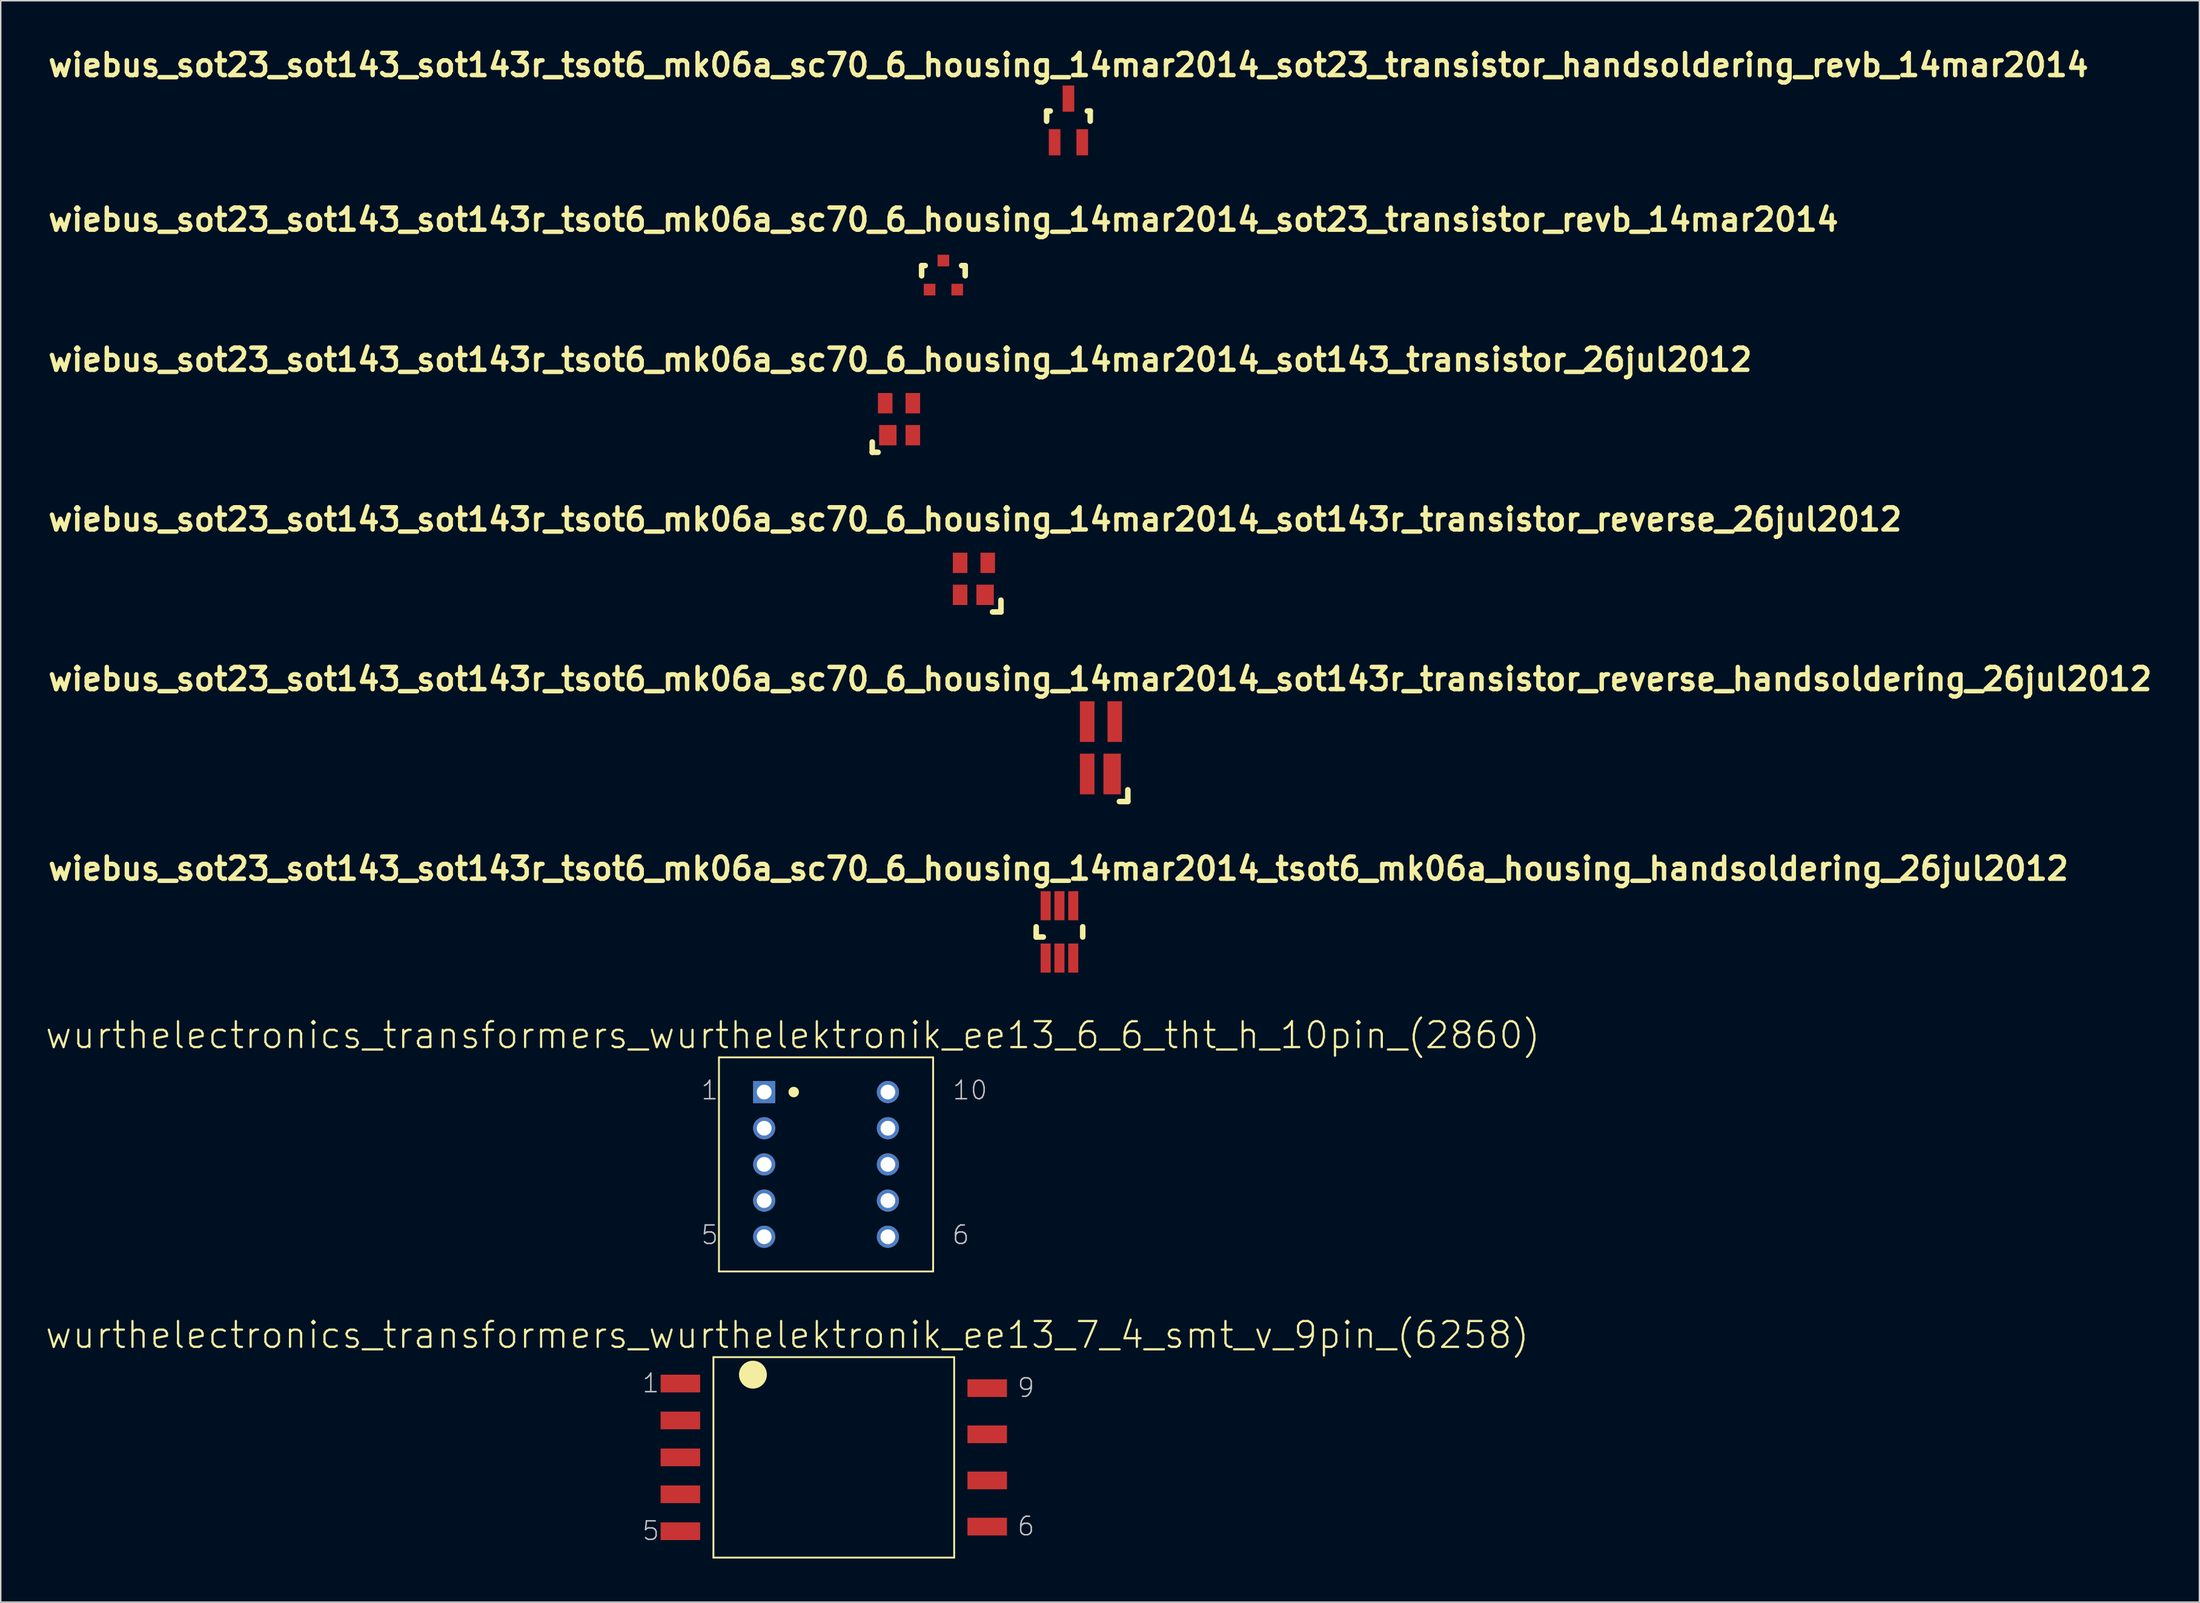
<source format=kicad_pcb>
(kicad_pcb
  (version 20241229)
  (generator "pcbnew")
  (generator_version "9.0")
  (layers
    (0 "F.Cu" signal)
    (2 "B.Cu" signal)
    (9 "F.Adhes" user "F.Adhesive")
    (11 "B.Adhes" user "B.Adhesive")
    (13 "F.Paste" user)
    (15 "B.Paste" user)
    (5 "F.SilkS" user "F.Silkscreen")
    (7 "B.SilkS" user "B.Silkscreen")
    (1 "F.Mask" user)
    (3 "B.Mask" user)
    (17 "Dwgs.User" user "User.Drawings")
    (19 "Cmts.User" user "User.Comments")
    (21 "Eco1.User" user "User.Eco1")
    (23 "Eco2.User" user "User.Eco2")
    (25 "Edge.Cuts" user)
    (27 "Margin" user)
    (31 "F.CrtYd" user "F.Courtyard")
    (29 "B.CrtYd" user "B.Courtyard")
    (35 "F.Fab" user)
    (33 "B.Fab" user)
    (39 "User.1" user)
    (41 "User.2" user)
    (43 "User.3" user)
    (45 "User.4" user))
  (footprint "wiebus_sot23_sot143_sot143r_tsot6_mk06a_sc70_6_housing_14mar2014_sot143r_transistor_reverse_26jul2012"
    (layer "F.Cu")
    (at 63.944 36.776)
    (property "Reference" "wiebus_sot23_sot143_sot143r_tsot6_mk06a_sc70_6_housing_14mar2014_sot143r_transistor_reverse_26jul2012" (at 0.079 -4.089 0) (layer "F.SilkS") (effects (font (size 1.524 1.524) (thickness 0.305))))
    (attr smd)
    (fp_line (start 1.859 1.468) (end 1.859 2.278) (stroke (width 0.381) (type solid)) (layer "F.SilkS"))
    (fp_line (start 1.859 2.278) (end 1.28 2.278) (stroke (width 0.381) (type solid)) (layer "F.SilkS"))
    (pad "1" smd rect (at 0.77 1.1) (size 1.199 1.4) (layers "F.Cu" "F.Mask" "F.Paste"))
    (pad "2" smd rect (at -0.95 1.1) (size 1.001 1.4) (layers "F.Cu" "F.Mask" "F.Paste"))
    (pad "3" smd rect (at -0.95 -1.1) (size 1.001 1.4) (layers "F.Cu" "F.Mask" "F.Paste"))
    (pad "4" smd rect (at 0.95 -1.1) (size 1.001 1.4) (layers "F.Cu" "F.Mask" "F.Paste")))
  (footprint "wurthelectronics_transformers_wurthelektronik_ee13_7_4_smt_v_9pin_(6258)"
    (layer "F.Cu")
    (at 54.305 97.222)
    (property "Reference" "wurthelectronics_transformers_wurthelektronik_ee13_7_4_smt_v_9pin_(6258)" (at -3.2 -8.42 0) (layer "F.SilkS") (effects (font (size 1.778 1.778) (thickness 0.152))))
    (attr smd)
    (fp_line (start -8.28 -6.896) (end -8.28 6.896) (stroke (width 0.127) (type solid)) (layer "F.SilkS"))
    (fp_line (start -8.28 -6.896) (end 8.28 -6.896) (stroke (width 0.127) (type solid)) (layer "F.SilkS"))
    (fp_line (start -8.28 6.896) (end 8.28 6.896) (stroke (width 0.127) (type solid)) (layer "F.SilkS"))
    (fp_line (start 8.28 -6.896) (end 8.28 6.896) (stroke (width 0.127) (type solid)) (layer "F.SilkS"))
    (fp_circle (center -5.563 -5.69) (end -6.241 -6.368) (stroke (width 0) (type solid)) (fill yes) (layer "F.SilkS"))
    (fp_text user "9" (at 13.221 -4.788 0) (layer "Dwgs.User") (effects (font (size 1.27 1.27) (thickness 0.102))))
    (fp_text user "5" (at -12.586 5.055 0) (layer "Dwgs.User") (effects (font (size 1.27 1.27) (thickness 0.102))))
    (fp_text user "6" (at 13.221 4.737 0) (layer "Dwgs.User") (effects (font (size 1.27 1.27) (thickness 0.102))))
    (fp_text user "1" (at -12.586 -5.105 0) (layer "Dwgs.User") (effects (font (size 1.27 1.27) (thickness 0.102))))
    (pad "1" smd rect (at -10.554 -5.08) (size 2.718 1.219) (layers "F.Cu" "F.Mask" "F.Paste"))
    (pad "2" smd rect (at -10.554 -2.54) (size 2.718 1.219) (layers "F.Cu" "F.Mask" "F.Paste"))
    (pad "3" smd rect (at -10.554 0) (size 2.718 1.219) (layers "F.Cu" "F.Mask" "F.Paste"))
    (pad "4" smd rect (at -10.554 2.54) (size 2.718 1.219) (layers "F.Cu" "F.Mask" "F.Paste"))
    (pad "5" smd rect (at -10.554 5.08) (size 2.718 1.219) (layers "F.Cu" "F.Mask" "F.Paste"))
    (pad "6" smd rect (at 10.554 4.763) (size 2.718 1.219) (layers "F.Cu" "F.Mask" "F.Paste"))
    (pad "7" smd rect (at 10.554 1.587) (size 2.718 1.219) (layers "F.Cu" "F.Mask" "F.Paste"))
    (pad "8" smd rect (at 10.554 -1.587) (size 2.718 1.219) (layers "F.Cu" "F.Mask" "F.Paste"))
    (pad "9" smd rect (at 10.554 -4.763) (size 2.718 1.219) (layers "F.Cu" "F.Mask" "F.Paste")))
  (footprint "wiebus_sot23_sot143_sot143r_tsot6_mk06a_sc70_6_housing_14mar2014_tsot6_mk06a_housing_handsoldering_26jul2012"
    (layer "F.Cu")
    (at 69.827 61.067)
    (property "Reference" "wiebus_sot23_sot143_sot143r_tsot6_mk06a_sc70_6_housing_14mar2014_tsot6_mk06a_housing_handsoldering_26jul2012" (at -0.071 -4.351 0) (layer "F.SilkS") (effects (font (size 1.524 1.524) (thickness 0.305))))
    (attr smd)
    (fp_line (start -1.6 -0.351) (end -1.6 0.351) (stroke (width 0.381) (type solid)) (layer "F.SilkS"))
    (fp_line (start -1.6 0.351) (end -1.11 0.351) (stroke (width 0.381) (type solid)) (layer "F.SilkS"))
    (fp_line (start 1.6 -0.351) (end 1.6 0.351) (stroke (width 0.381) (type solid)) (layer "F.SilkS"))
    (pad "1" smd rect (at -0.95 1.801) (size 0.691 1.999) (layers "F.Cu" "F.Mask" "F.Paste"))
    (pad "2" smd rect (at 0 1.801) (size 0.691 1.999) (layers "F.Cu" "F.Mask" "F.Paste"))
    (pad "3" smd rect (at 0.95 1.801) (size 0.691 1.999) (layers "F.Cu" "F.Mask" "F.Paste"))
    (pad "4" smd rect (at 0.95 -1.801) (size 0.691 1.999) (layers "F.Cu" "F.Mask" "F.Paste"))
    (pad "5" smd rect (at 0 -1.801) (size 0.691 1.999) (layers "F.Cu" "F.Mask" "F.Paste"))
    (pad "6" smd rect (at -0.95 -1.801) (size 0.691 1.999) (layers "F.Cu" "F.Mask" "F.Paste")))
  (footprint "wiebus_sot23_sot143_sot143r_tsot6_mk06a_sc70_6_housing_14mar2014_sot23_transistor_handsoldering_revb_14mar2014"
    (layer "F.Cu")
    (at 70.445 5.236)
    (property "Reference" "wiebus_sot23_sot143_sot143r_tsot6_mk06a_sc70_6_housing_14mar2014_sot23_transistor_handsoldering_revb_14mar2014" (at 0 -3.81 0) (layer "F.SilkS") (effects (font (size 1.524 1.524) (thickness 0.305))))
    (attr smd)
    (fp_line (start -1.5 -0.65) (end -1.251 -0.65) (stroke (width 0.381) (type solid)) (layer "F.SilkS"))
    (fp_line (start -1.5 0.051) (end -1.5 -0.65) (stroke (width 0.381) (type solid)) (layer "F.SilkS"))
    (fp_line (start 1.299 -0.65) (end 1.5 -0.65) (stroke (width 0.381) (type solid)) (layer "F.SilkS"))
    (fp_line (start 1.5 -0.65) (end 1.5 0.051) (stroke (width 0.381) (type solid)) (layer "F.SilkS"))
    (pad "1" smd rect (at -0.95 1.501) (size 0.8 1.801) (layers "F.Cu" "F.Mask" "F.Paste"))
    (pad "2" smd rect (at 0.95 1.501) (size 0.8 1.801) (layers "F.Cu" "F.Mask" "F.Paste"))
    (pad "3" smd rect (at 0 -1.501) (size 0.8 1.801) (layers "F.Cu" "F.Mask" "F.Paste")))
  (footprint "wiebus_sot23_sot143_sot143r_tsot6_mk06a_sc70_6_housing_14mar2014_sot143r_transistor_reverse_handsoldering_26jul2012"
    (layer "F.Cu")
    (at 72.683 48.401)
    (property "Reference" "wiebus_sot23_sot143_sot143r_tsot6_mk06a_sc70_6_housing_14mar2014_sot143r_transistor_reverse_handsoldering_26jul2012" (at -0.061 -4.729 0) (layer "F.SilkS") (effects (font (size 1.524 1.524) (thickness 0.305))))
    (attr smd)
    (fp_line (start 1.849 2.888) (end 1.849 3.698) (stroke (width 0.381) (type solid)) (layer "F.SilkS"))
    (fp_line (start 1.849 3.698) (end 1.27 3.698) (stroke (width 0.381) (type solid)) (layer "F.SilkS"))
    (pad "1" smd rect (at 0.77 1.801) (size 1.199 2.799) (layers "F.Cu" "F.Mask" "F.Paste"))
    (pad "2" smd rect (at -0.95 1.801) (size 1.001 2.799) (layers "F.Cu" "F.Mask" "F.Paste"))
    (pad "3" smd trapezoid (at -0.95 -1.801) (size 1.001 2.799) (layers "F.Cu" "F.Mask" "F.Paste"))
    (pad "4" smd rect (at 0.95 -1.801) (size 1.001 2.799) (layers "F.Cu" "F.Mask" "F.Paste")))
  (footprint "wurthelectronics_transformers_wurthelektronik_ee13_6_6_tht_h_10pin_(2860)"
    (layer "F.Cu")
    (at 53.772 77.065)
    (property "Reference" "wurthelectronics_transformers_wurthelektronik_ee13_6_6_tht_h_10pin_(2860)" (at -2.286 -8.89 0) (layer "F.SilkS") (effects (font (size 1.778 1.778) (thickness 0.152))))
    (attr exclude_from_pos_files exclude_from_bom)
    (fp_line (start -7.366 -7.366) (end -7.366 7.366) (stroke (width 0.127) (type solid)) (layer "F.SilkS"))
    (fp_line (start -7.366 -7.366) (end 7.366 -7.366) (stroke (width 0.127) (type solid)) (layer "F.SilkS"))
    (fp_line (start -7.366 7.366) (end 7.366 7.366) (stroke (width 0.127) (type solid)) (layer "F.SilkS"))
    (fp_line (start 7.366 -7.366) (end 7.366 7.366) (stroke (width 0.127) (type solid)) (layer "F.SilkS"))
    (fp_circle (center -2.223 -4.978) (end -2.477 -5.232) (stroke (width 0) (type solid)) (fill yes) (layer "F.SilkS"))
    (fp_text user "1" (at -8.001 -5.105 0) (layer "Dwgs.User") (effects (font (size 1.27 1.27) (thickness 0.102))))
    (fp_text user "10" (at 9.906 -5.105 0) (layer "Dwgs.User") (effects (font (size 1.27 1.27) (thickness 0.102))))
    (fp_text user "5" (at -8.001 4.851 0) (layer "Dwgs.User") (effects (font (size 1.27 1.27) (thickness 0.102))))
    (fp_text user "6" (at 9.271 4.851 0) (layer "Dwgs.User") (effects (font (size 1.27 1.27) (thickness 0.102))))
    (pad "1" thru_hole rect (at -4.255 -4.978) (size 1.524 1.524) (drill 1.016) (layers "*.Cu" "*.Paste" "*.Mask"))
    (pad "2" thru_hole circle (at -4.255 -2.489) (size 1.524 1.524) (drill 1.016) (layers "*.Cu" "*.Paste" "*.Mask"))
    (pad "3" thru_hole circle (at -4.255 0) (size 1.524 1.524) (drill 1.016) (layers "*.Cu" "*.Paste" "*.Mask"))
    (pad "4" thru_hole circle (at -4.255 2.489) (size 1.524 1.524) (drill 1.016) (layers "*.Cu" "*.Paste" "*.Mask"))
    (pad "5" thru_hole circle (at -4.255 4.978) (size 1.524 1.524) (drill 1.016) (layers "*.Cu" "*.Paste" "*.Mask"))
    (pad "6" thru_hole circle (at 4.255 4.978) (size 1.524 1.524) (drill 1.016) (layers "*.Cu" "*.Paste" "*.Mask"))
    (pad "7" thru_hole circle (at 4.255 2.489) (size 1.524 1.524) (drill 1.016) (layers "*.Cu" "*.Paste" "*.Mask"))
    (pad "8" thru_hole circle (at 4.255 0) (size 1.524 1.524) (drill 1.016) (layers "*.Cu" "*.Paste" "*.Mask"))
    (pad "9" thru_hole circle (at 4.255 -2.489) (size 1.524 1.524) (drill 1.016) (layers "*.Cu" "*.Paste" "*.Mask"))
    (pad "10" thru_hole circle (at 4.255 -4.978) (size 1.524 1.524) (drill 1.016) (layers "*.Cu" "*.Paste" "*.Mask")))
  (footprint "wiebus_sot23_sot143_sot143r_tsot6_mk06a_sc70_6_housing_14mar2014_sot23_transistor_revb_14mar2014"
    (layer "F.Cu")
    (at 61.845 15.874)
    (property "Reference" "wiebus_sot23_sot143_sot143r_tsot6_mk06a_sc70_6_housing_14mar2014_sot23_transistor_revb_14mar2014" (at 0 -3.81 0) (layer "F.SilkS") (effects (font (size 1.524 1.524) (thickness 0.305))))
    (attr smd)
    (fp_line (start -1.5 -0.65) (end -1.251 -0.65) (stroke (width 0.381) (type solid)) (layer "F.SilkS"))
    (fp_line (start -1.5 0.051) (end -1.5 -0.65) (stroke (width 0.381) (type solid)) (layer "F.SilkS"))
    (fp_line (start 1.299 -0.65) (end 1.251 -0.65) (stroke (width 0.381) (type solid)) (layer "F.SilkS"))
    (fp_line (start 1.299 -0.65) (end 1.5 -0.65) (stroke (width 0.381) (type solid)) (layer "F.SilkS"))
    (fp_line (start 1.5 -0.65) (end 1.5 0.051) (stroke (width 0.381) (type solid)) (layer "F.SilkS"))
    (pad "1" smd rect (at -0.95 1.001) (size 0.8 0.8) (layers "F.Cu" "F.Mask" "F.Paste"))
    (pad "2" smd rect (at 0.95 1.001) (size 0.8 0.8) (layers "F.Cu" "F.Mask" "F.Paste"))
    (pad "3" smd rect (at 0 -0.998) (size 0.8 0.8) (layers "F.Cu" "F.Mask" "F.Paste")))
  (footprint "wiebus_sot23_sot143_sot143r_tsot6_mk06a_sc70_6_housing_14mar2014_sot143_transistor_26jul2012"
    (layer "F.Cu")
    (at 58.791 25.791)
    (property "Reference" "wiebus_sot23_sot143_sot143r_tsot6_mk06a_sc70_6_housing_14mar2014_sot143_transistor_26jul2012" (at 0.079 -4.089 0) (layer "F.SilkS") (effects (font (size 1.524 1.524) (thickness 0.305))))
    (attr smd)
    (fp_line (start -1.841 1.57) (end -1.841 2.278) (stroke (width 0.381) (type solid)) (layer "F.SilkS"))
    (fp_line (start -1.841 2.278) (end -1.44 2.278) (stroke (width 0.381) (type solid)) (layer "F.SilkS"))
    (pad "1" smd rect (at -0.77 1.1) (size 1.199 1.4) (layers "F.Cu" "F.Mask" "F.Paste"))
    (pad "2" smd rect (at 0.95 1.1) (size 1.001 1.4) (layers "F.Cu" "F.Mask" "F.Paste"))
    (pad "3" smd rect (at 0.95 -1.1) (size 1.001 1.4) (layers "F.Cu" "F.Mask" "F.Paste"))
    (pad "4" smd rect (at -0.95 -1.1) (size 1.001 1.4) (layers "F.Cu" "F.Mask" "F.Paste")))
  (gr_rect
    (start -3 -3)
    (end 148.244 107.182)
    (stroke (width 0.1) (type default))
    (fill no)
    (layer "Edge.Cuts")))
</source>
